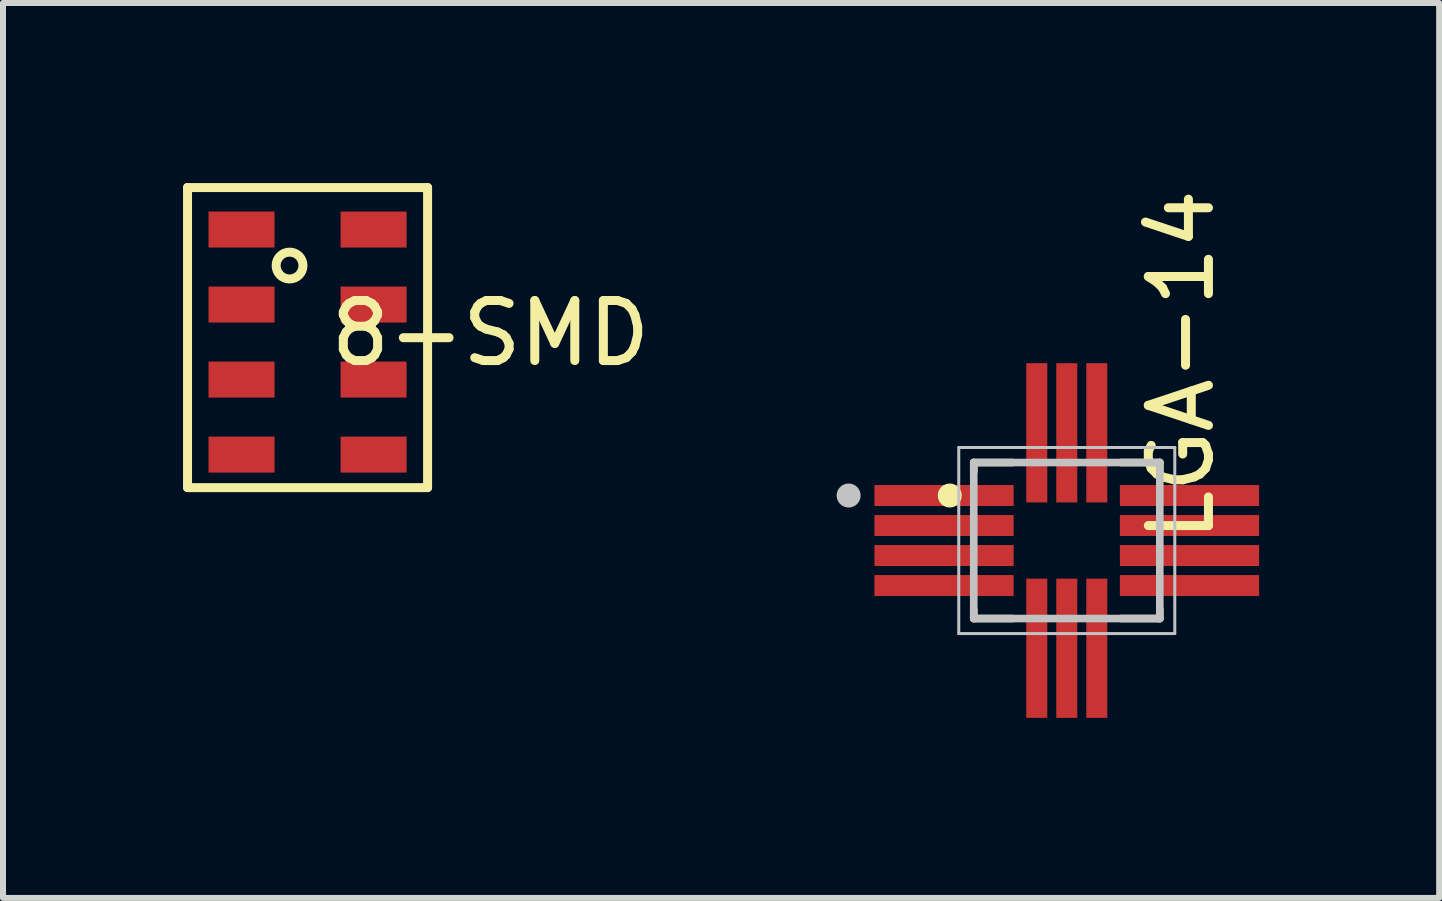
<source format=kicad_pcb>
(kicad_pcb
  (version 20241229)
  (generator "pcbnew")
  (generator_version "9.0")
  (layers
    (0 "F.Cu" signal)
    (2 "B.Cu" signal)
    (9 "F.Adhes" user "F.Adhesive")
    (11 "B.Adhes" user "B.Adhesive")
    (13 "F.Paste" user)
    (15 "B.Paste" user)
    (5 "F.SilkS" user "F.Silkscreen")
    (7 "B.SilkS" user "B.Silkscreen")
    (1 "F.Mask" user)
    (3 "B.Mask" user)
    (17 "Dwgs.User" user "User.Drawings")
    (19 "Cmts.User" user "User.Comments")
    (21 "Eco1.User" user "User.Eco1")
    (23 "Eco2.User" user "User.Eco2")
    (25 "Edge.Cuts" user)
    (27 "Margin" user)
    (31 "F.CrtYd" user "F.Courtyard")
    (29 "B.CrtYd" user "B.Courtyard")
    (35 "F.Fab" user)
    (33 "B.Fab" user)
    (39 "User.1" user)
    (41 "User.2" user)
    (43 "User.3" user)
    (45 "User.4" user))
  (footprint "8-SMD"
    (layer "F.Cu")
    (at 2.075 7.075)
    (property "Reference" "8-SMD" (at 3.048 -4.572 0) (layer "F.SilkS") (effects (font (size 1 1) (thickness 0.15))))
    (attr through_hole)
    (fp_line (start -2 -7) (end -2 -2) (stroke (width 0.15) (type solid)) (layer "F.SilkS"))
    (fp_line (start -2 -2) (end 2 -2) (stroke (width 0.15) (type solid)) (layer "F.SilkS"))
    (fp_line (start 2 -7) (end -2 -7) (stroke (width 0.15) (type solid)) (layer "F.SilkS"))
    (fp_line (start 2 -2) (end 2 -7) (stroke (width 0.15) (type solid)) (layer "F.SilkS"))
    (fp_circle (center -0.3 -5.7) (end -0.4 -5.9) (stroke (width 0.15) (type solid)) (fill no) (layer "F.SilkS"))
    (pad "1" smd rect (at -1.1 -6.3) (size 1.1 0.6) (layers "F.Cu" "F.Mask" "F.Paste"))
    (pad "2" smd rect (at -1.1 -5.05) (size 1.1 0.6) (layers "F.Cu" "F.Mask" "F.Paste"))
    (pad "3" smd rect (at -1.1 -3.8) (size 1.1 0.6) (layers "F.Cu" "F.Mask" "F.Paste"))
    (pad "4" smd rect (at -1.1 -2.55) (size 1.1 0.6) (layers "F.Cu" "F.Mask" "F.Paste"))
    (pad "5" smd rect (at 1.1 -2.55) (size 1.1 0.6) (layers "F.Cu" "F.Mask" "F.Paste"))
    (pad "6" smd rect (at 1.1 -3.8) (size 1.1 0.6) (layers "F.Cu" "F.Mask" "F.Paste"))
    (pad "7" smd rect (at 1.1 -5.05) (size 1.1 0.6) (layers "F.Cu" "F.Mask" "F.Paste"))
    (pad "8" smd rect (at 1.1 -6.3) (size 1.1 0.6) (layers "F.Cu" "F.Mask" "F.Paste")))
  (footprint "LGA-14"
    (layer "F.Cu")
    (at 14.726 5.957)
    (property "Reference" "LGA-14" (at 1.905 -2.921 90) (layer "F.SilkS") (effects (font (size 1.002 1.002) (thickness 0.15))))
    (attr smd)
    (fp_line (start -1.55 -1.3) (end -1.55 -1.15) (stroke (width 0.127) (type solid)) (layer "F.SilkS"))
    (fp_line (start -1.55 1.15) (end -1.55 1.3) (stroke (width 0.127) (type solid)) (layer "F.SilkS"))
    (fp_line (start -1.55 1.3) (end -0.9 1.3) (stroke (width 0.127) (type solid)) (layer "F.SilkS"))
    (fp_line (start -0.9 -1.3) (end -1.55 -1.3) (stroke (width 0.127) (type solid)) (layer "F.SilkS"))
    (fp_line (start 0.9 -1.3) (end 1.55 -1.3) (stroke (width 0.127) (type solid)) (layer "F.SilkS"))
    (fp_line (start 1.55 -1.3) (end 1.55 -1.15) (stroke (width 0.127) (type solid)) (layer "F.SilkS"))
    (fp_line (start 1.55 1.15) (end 1.55 1.3) (stroke (width 0.127) (type solid)) (layer "F.SilkS"))
    (fp_line (start 1.55 1.3) (end 0.9 1.3) (stroke (width 0.127) (type solid)) (layer "F.SilkS"))
    (fp_circle (center -1.95 -0.75) (end -1.85 -0.75) (stroke (width 0.2) (type solid)) (fill no) (layer "F.SilkS"))
    (fp_line (start -1.8 -1.55) (end 1.8 -1.55) (stroke (width 0.05) (type solid)) (layer "Dwgs.User"))
    (fp_line (start -1.8 1.55) (end -1.8 -1.55) (stroke (width 0.05) (type solid)) (layer "Dwgs.User"))
    (fp_line (start -1.55 -1.3) (end 1.55 -1.3) (stroke (width 0.127) (type solid)) (layer "Dwgs.User"))
    (fp_line (start -1.55 1.3) (end -1.55 -1.3) (stroke (width 0.127) (type solid)) (layer "Dwgs.User"))
    (fp_line (start 1.55 -1.3) (end 1.55 1.3) (stroke (width 0.127) (type solid)) (layer "Dwgs.User"))
    (fp_line (start 1.55 1.3) (end -1.55 1.3) (stroke (width 0.127) (type solid)) (layer "Dwgs.User"))
    (fp_line (start 1.8 -1.55) (end 1.8 1.55) (stroke (width 0.05) (type solid)) (layer "Dwgs.User"))
    (fp_line (start 1.8 1.55) (end -1.8 1.55) (stroke (width 0.05) (type solid)) (layer "Dwgs.User"))
    (fp_circle (center -3.635 -0.75) (end -3.535 -0.75) (stroke (width 0.2) (type solid)) (fill no) (layer "Dwgs.User"))
    (pad "1" smd rect (at -2.045 -0.75 180) (size 2.32 0.35) (layers "F.Cu" "F.Mask" "F.Paste"))
    (pad "2" smd rect (at -2.045 -0.25 180) (size 2.32 0.35) (layers "F.Cu" "F.Mask" "F.Paste"))
    (pad "3" smd rect (at -2.045 0.25 180) (size 2.32 0.35) (layers "F.Cu" "F.Mask" "F.Paste"))
    (pad "4" smd rect (at -2.045 0.75 180) (size 2.32 0.35) (layers "F.Cu" "F.Mask" "F.Paste"))
    (pad "5" smd rect (at -0.5 1.795 90) (size 2.32 0.35) (layers "F.Cu" "F.Mask" "F.Paste"))
    (pad "6" smd rect (at 0 1.795 90) (size 2.32 0.35) (layers "F.Cu" "F.Mask" "F.Paste"))
    (pad "7" smd rect (at 0.5 1.795 90) (size 2.32 0.35) (layers "F.Cu" "F.Mask" "F.Paste"))
    (pad "8" smd rect (at 2.045 0.75 180) (size 2.32 0.35) (layers "F.Cu" "F.Mask" "F.Paste"))
    (pad "9" smd rect (at 2.045 0.25 180) (size 2.32 0.35) (layers "F.Cu" "F.Mask" "F.Paste"))
    (pad "10" smd rect (at 2.045 -0.25 180) (size 2.32 0.35) (layers "F.Cu" "F.Mask" "F.Paste"))
    (pad "11" smd rect (at 2.045 -0.75 180) (size 2.32 0.35) (layers "F.Cu" "F.Mask" "F.Paste"))
    (pad "12" smd rect (at 0.5 -1.795 90) (size 2.32 0.35) (layers "F.Cu" "F.Mask" "F.Paste"))
    (pad "13" smd rect (at 0 -1.795 90) (size 2.32 0.35) (layers "F.Cu" "F.Mask" "F.Paste"))
    (pad "14" smd rect (at -0.5 -1.795 90) (size 2.32 0.35) (layers "F.Cu" "F.Mask" "F.Paste")))
  (gr_rect
    (start -3 -3)
    (end 20.931 11.912)
    (stroke (width 0.1) (type default))
    (fill no)
    (layer "Edge.Cuts")))
</source>
